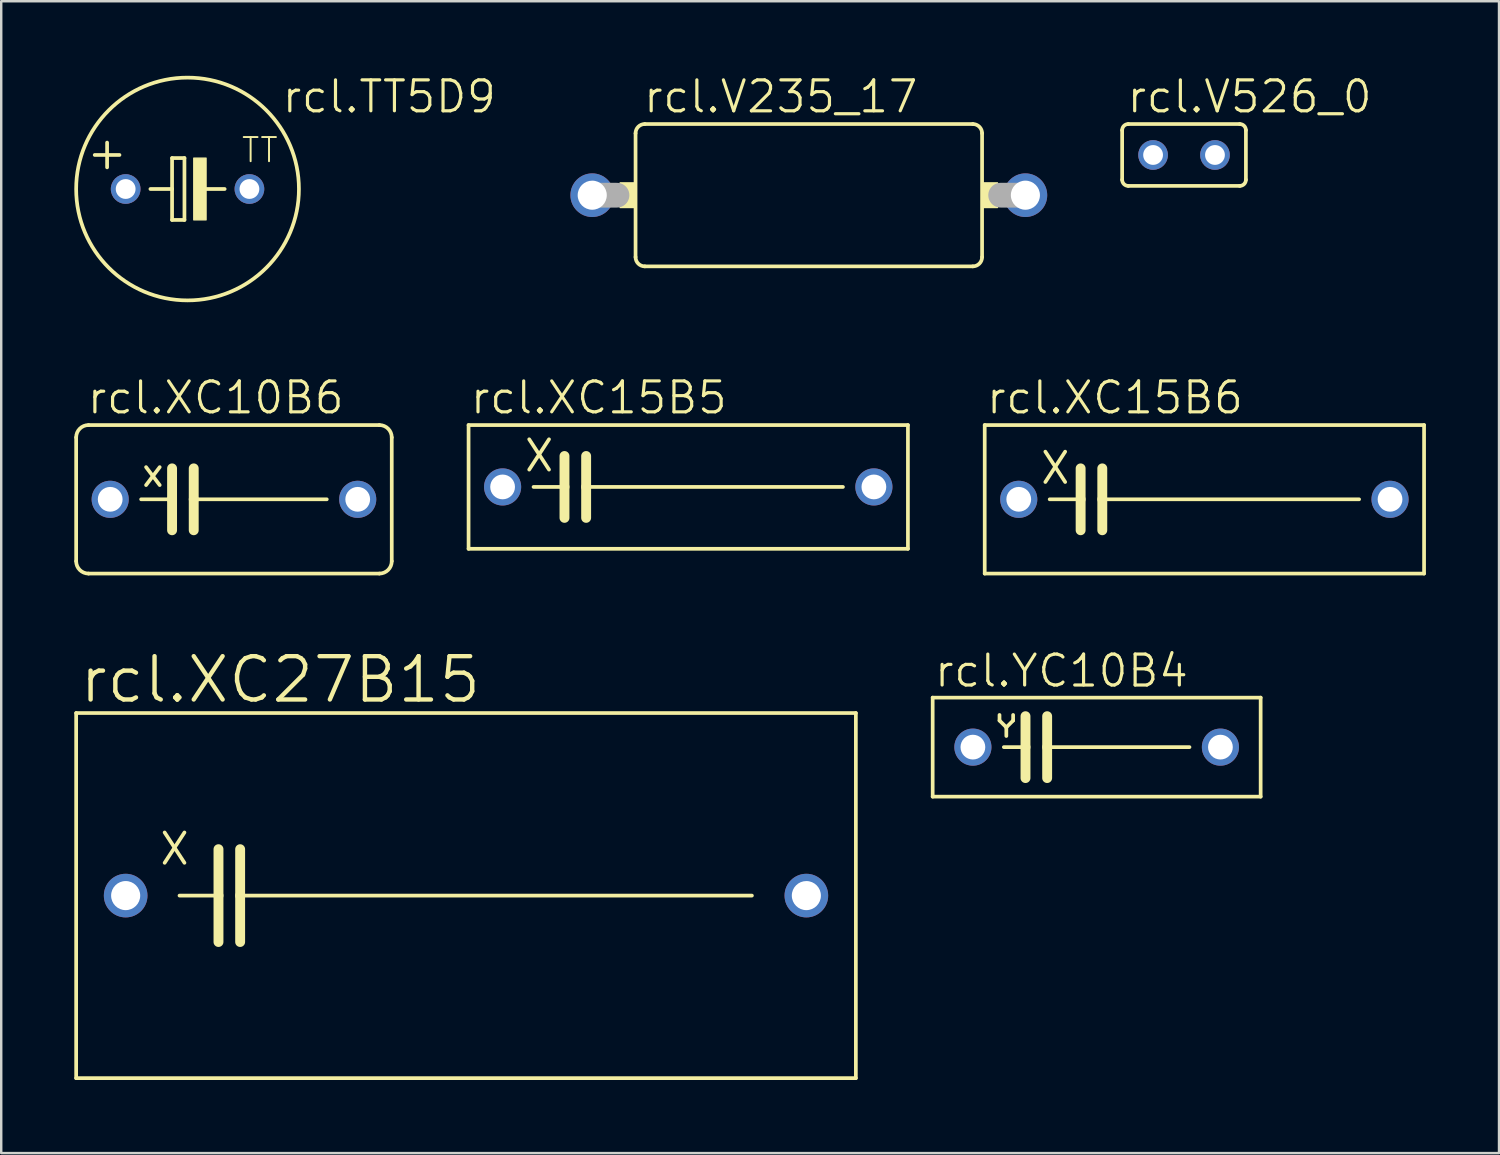
<source format=kicad_pcb>
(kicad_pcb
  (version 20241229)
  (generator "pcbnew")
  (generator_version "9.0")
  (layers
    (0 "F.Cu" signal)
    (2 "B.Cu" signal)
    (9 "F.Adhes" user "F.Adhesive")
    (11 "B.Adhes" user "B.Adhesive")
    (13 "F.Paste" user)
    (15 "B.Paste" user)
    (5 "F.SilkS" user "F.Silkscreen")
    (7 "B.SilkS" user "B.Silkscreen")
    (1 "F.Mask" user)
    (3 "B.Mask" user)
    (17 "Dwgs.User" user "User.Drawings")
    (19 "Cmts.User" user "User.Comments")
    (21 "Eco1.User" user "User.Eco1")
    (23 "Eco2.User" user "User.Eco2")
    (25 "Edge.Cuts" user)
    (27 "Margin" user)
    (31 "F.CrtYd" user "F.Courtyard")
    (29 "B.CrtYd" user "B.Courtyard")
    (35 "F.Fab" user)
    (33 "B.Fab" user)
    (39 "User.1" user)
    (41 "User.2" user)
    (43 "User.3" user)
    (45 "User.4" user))
  (footprint "rcl.XC15B6"
    (layer "F.Cu")
    (at 46.386 17.445)
    (property "Reference" "rcl.XC15B6" (at -9.017 -3.429 0) (layer "F.SilkS") (effects (font (size 1.27 1.27) (thickness 0.13)) (justify left bottom)))
    (attr through_hole)
    (fp_line (start -9.017 3.048) (end -9.017 -3.048) (stroke (width 0.152) (type default)) (layer "F.SilkS"))
    (fp_line (start -9.017 3.048) (end 9.017 3.048) (stroke (width 0.152) (type default)) (layer "F.SilkS"))
    (fp_line (start -6.528 -1.956) (end -5.715 -0.711) (stroke (width 0.152) (type default)) (layer "F.SilkS"))
    (fp_line (start -6.528 -0.711) (end -5.715 -1.956) (stroke (width 0.152) (type default)) (layer "F.SilkS"))
    (fp_line (start -6.35 0) (end -5.08 0) (stroke (width 0.152) (type default)) (layer "F.SilkS"))
    (fp_line (start -5.08 -1.27) (end -5.08 0) (stroke (width 0.406) (type default)) (layer "F.SilkS"))
    (fp_line (start -5.08 0) (end -5.08 1.27) (stroke (width 0.406) (type default)) (layer "F.SilkS"))
    (fp_line (start -4.191 -1.27) (end -4.191 0) (stroke (width 0.406) (type default)) (layer "F.SilkS"))
    (fp_line (start -4.191 0) (end -4.191 1.27) (stroke (width 0.406) (type default)) (layer "F.SilkS"))
    (fp_line (start 6.35 0) (end -4.191 0) (stroke (width 0.152) (type default)) (layer "F.SilkS"))
    (fp_line (start 9.017 -3.048) (end -9.017 -3.048) (stroke (width 0.152) (type default)) (layer "F.SilkS"))
    (fp_line (start 9.017 -3.048) (end 9.017 3.048) (stroke (width 0.152) (type default)) (layer "F.SilkS"))
    (pad "1" thru_hole circle (at -7.62 0) (size 1.524 1.524) (drill 1.016) (layers "*.Cu" "*.Mask"))
    (pad "2" thru_hole circle (at 7.62 0) (size 1.524 1.524) (drill 1.016) (layers "*.Cu" "*.Mask")))
  (footprint "rcl.YC10B4"
    (layer "F.Cu")
    (at 41.964 27.617)
    (property "Reference" "rcl.YC10B4" (at -6.731 -2.388 0) (layer "F.SilkS") (effects (font (size 1.27 1.27) (thickness 0.13)) (justify left bottom)))
    (attr through_hole)
    (fp_line (start -6.731 -2.032) (end -6.731 2.032) (stroke (width 0.152) (type default)) (layer "F.SilkS"))
    (fp_line (start -6.731 2.032) (end 6.731 2.032) (stroke (width 0.152) (type default)) (layer "F.SilkS"))
    (fp_line (start -3.988 -1.321) (end -3.988 -1.092) (stroke (width 0.152) (type default)) (layer "F.SilkS"))
    (fp_line (start -3.988 -1.092) (end -3.708 -0.813) (stroke (width 0.152) (type default)) (layer "F.SilkS"))
    (fp_line (start -3.81 0) (end -2.921 0) (stroke (width 0.152) (type default)) (layer "F.SilkS"))
    (fp_line (start -3.708 -0.813) (end -3.708 -0.457) (stroke (width 0.152) (type default)) (layer "F.SilkS"))
    (fp_line (start -3.708 -0.813) (end -3.429 -1.092) (stroke (width 0.152) (type default)) (layer "F.SilkS"))
    (fp_line (start -3.429 -1.092) (end -3.429 -1.321) (stroke (width 0.152) (type default)) (layer "F.SilkS"))
    (fp_line (start -2.921 -1.27) (end -2.921 0) (stroke (width 0.406) (type default)) (layer "F.SilkS"))
    (fp_line (start -2.921 0) (end -2.921 1.27) (stroke (width 0.406) (type default)) (layer "F.SilkS"))
    (fp_line (start -2.032 -1.27) (end -2.032 0) (stroke (width 0.406) (type default)) (layer "F.SilkS"))
    (fp_line (start -2.032 0) (end -2.032 1.27) (stroke (width 0.406) (type default)) (layer "F.SilkS"))
    (fp_line (start 3.81 0) (end -2.032 0) (stroke (width 0.152) (type default)) (layer "F.SilkS"))
    (fp_line (start 6.731 -2.032) (end -6.731 -2.032) (stroke (width 0.152) (type default)) (layer "F.SilkS"))
    (fp_line (start 6.731 2.032) (end 6.731 -2.032) (stroke (width 0.152) (type default)) (layer "F.SilkS"))
    (pad "1" thru_hole circle (at -5.08 0) (size 1.524 1.524) (drill 1.016) (layers "*.Cu" "*.Mask"))
    (pad "2" thru_hole circle (at 5.08 0) (size 1.524 1.524) (drill 1.016) (layers "*.Cu" "*.Mask")))
  (footprint "rcl.XC27B15"
    (layer "F.Cu")
    (at 16.078 33.711)
    (property "Reference" "rcl.XC27B15" (at -15.951 -7.823 0) (layer "F.SilkS") (effects (font (size 1.778 1.778) (thickness 0.18)) (justify left bottom)))
    (attr through_hole)
    (fp_line (start -16.002 7.493) (end -16.002 -7.493) (stroke (width 0.152) (type default)) (layer "F.SilkS"))
    (fp_line (start -16.002 7.493) (end 16.002 7.493) (stroke (width 0.152) (type default)) (layer "F.SilkS"))
    (fp_line (start -12.37 -2.591) (end -11.557 -1.346) (stroke (width 0.152) (type default)) (layer "F.SilkS"))
    (fp_line (start -12.37 -1.346) (end -11.557 -2.591) (stroke (width 0.152) (type default)) (layer "F.SilkS"))
    (fp_line (start -11.76 0) (end -10.16 0) (stroke (width 0.152) (type default)) (layer "F.SilkS"))
    (fp_line (start -10.16 -1.905) (end -10.16 0) (stroke (width 0.406) (type default)) (layer "F.SilkS"))
    (fp_line (start -10.16 0) (end -10.16 1.905) (stroke (width 0.406) (type default)) (layer "F.SilkS"))
    (fp_line (start -9.271 -1.905) (end -9.271 0) (stroke (width 0.406) (type default)) (layer "F.SilkS"))
    (fp_line (start -9.271 0) (end -9.271 1.905) (stroke (width 0.406) (type default)) (layer "F.SilkS"))
    (fp_line (start -9.271 0) (end 11.735 0) (stroke (width 0.152) (type default)) (layer "F.SilkS"))
    (fp_line (start 16.002 -7.493) (end -16.002 -7.493) (stroke (width 0.152) (type default)) (layer "F.SilkS"))
    (fp_line (start 16.002 -7.493) (end 16.002 7.493) (stroke (width 0.152) (type default)) (layer "F.SilkS"))
    (pad "1" thru_hole circle (at -13.97 0) (size 1.791 1.791) (drill 1.194) (layers "*.Cu" "*.Mask"))
    (pad "2" thru_hole circle (at 13.97 0) (size 1.791 1.791) (drill 1.194) (layers "*.Cu" "*.Mask")))
  (footprint "rcl.TT5D9"
    (layer "F.Cu")
    (at 4.648 4.708)
    (property "Reference" "rcl.TT5D9" (at 3.81 -3.048 0) (layer "F.SilkS") (effects (font (size 1.27 1.27) (thickness 0.13)) (justify left bottom)))
    (attr through_hole)
    (fp_line (start -3.302 -1.905) (end -3.302 -0.889) (stroke (width 0.152) (type default)) (layer "F.SilkS"))
    (fp_line (start -2.794 -1.397) (end -3.81 -1.397) (stroke (width 0.152) (type default)) (layer "F.SilkS"))
    (fp_line (start -1.524 0) (end -0.635 0) (stroke (width 0.152) (type default)) (layer "F.SilkS"))
    (fp_line (start -0.635 -1.27) (end -0.635 0) (stroke (width 0.152) (type default)) (layer "F.SilkS"))
    (fp_line (start -0.635 0) (end -0.635 1.27) (stroke (width 0.152) (type default)) (layer "F.SilkS"))
    (fp_line (start -0.635 1.27) (end -0.127 1.27) (stroke (width 0.152) (type default)) (layer "F.SilkS"))
    (fp_line (start -0.127 -1.27) (end -0.635 -1.27) (stroke (width 0.152) (type default)) (layer "F.SilkS"))
    (fp_line (start -0.127 1.27) (end -0.127 -1.27) (stroke (width 0.152) (type default)) (layer "F.SilkS"))
    (fp_line (start 0.635 0) (end 1.524 0) (stroke (width 0.152) (type default)) (layer "F.SilkS"))
    (fp_rect (start 0.254 1.27) (end 0.762 -1.27) (stroke (width 0.05) (type default)) (fill yes) (layer "F.SilkS"))
    (fp_circle (center 0 0) (end 4.572 0) (stroke (width 0.152) (type default)) (fill no) (layer "F.SilkS"))
    (fp_text user "TT" (at 2.159 -1.016 0) (layer "F.SilkS") (effects (font (size 0.991 0.991) (thickness 0.08)) (justify left bottom)))
    (pad "+" thru_hole circle (at -2.54 0) (size 1.219 1.219) (drill 0.813) (layers "*.Cu" "*.Mask"))
    (pad "-" thru_hole circle (at 2.54 0) (size 1.219 1.219) (drill 0.813) (layers "*.Cu" "*.Mask")))
  (footprint "rcl.V235_17"
    (layer "F.Cu")
    (at 30.149 4.962)
    (property "Reference" "rcl.V235_17" (at -6.858 -3.302 0) (layer "F.SilkS") (effects (font (size 1.27 1.27) (thickness 0.13)) (justify left bottom)))
    (attr through_hole)
    (fp_line (start -7.112 -2.54) (end -7.112 2.54) (stroke (width 0.152) (type default)) (layer "F.SilkS"))
    (fp_line (start -6.731 -2.921) (end 6.731 -2.921) (stroke (width 0.152) (type default)) (layer "F.SilkS"))
    (fp_line (start 6.731 2.921) (end -6.731 2.921) (stroke (width 0.152) (type default)) (layer "F.SilkS"))
    (fp_line (start 7.112 -2.54) (end 7.112 2.54) (stroke (width 0.152) (type default)) (layer "F.SilkS"))
    (fp_rect (start -7.747 0.508) (end -7.112 -0.508) (stroke (width 0.05) (type default)) (fill yes) (layer "F.SilkS"))
    (fp_rect (start 7.112 0.508) (end 7.747 -0.508) (stroke (width 0.05) (type default)) (fill yes) (layer "F.SilkS"))
    (fp_arc (start -7.112 -2.54) (mid -7.000408 -2.809408) (end -6.731 -2.921) (stroke (width 0.1524) (type default)) (layer "F.SilkS"))
    (fp_arc (start -6.731 2.921) (mid -7.000408 2.809408) (end -7.112 2.54) (stroke (width 0.1524) (type default)) (layer "F.SilkS"))
    (fp_arc (start 6.731 -2.921) (mid 7.000408 -2.809408) (end 7.112 -2.54) (stroke (width 0.1524) (type default)) (layer "F.SilkS"))
    (fp_arc (start 7.112 2.54) (mid 7.000408 2.809408) (end 6.731 2.921) (stroke (width 0.1524) (type default)) (layer "F.SilkS"))
    (fp_line (start -7.874 0) (end -8.89 0) (stroke (width 1.016) (type default)) (layer "F.Fab"))
    (fp_line (start 8.89 0) (end 7.874 0) (stroke (width 1.016) (type default)) (layer "F.Fab"))
    (pad "1" thru_hole circle (at -8.89 0) (size 1.791 1.791) (drill 1.194) (layers "*.Cu" "*.Mask"))
    (pad "2" thru_hole circle (at 8.89 0) (size 1.791 1.791) (drill 1.194) (layers "*.Cu" "*.Mask")))
  (footprint "rcl.XC10B6"
    (layer "F.Cu")
    (at 6.553 17.445)
    (property "Reference" "rcl.XC10B6" (at -6.096 -3.429 0) (layer "F.SilkS") (effects (font (size 1.27 1.27) (thickness 0.13)) (justify left bottom)))
    (attr through_hole)
    (fp_line (start -6.477 2.54) (end -6.477 -2.54) (stroke (width 0.152) (type default)) (layer "F.SilkS"))
    (fp_line (start -5.969 3.048) (end 5.969 3.048) (stroke (width 0.152) (type default)) (layer "F.SilkS"))
    (fp_line (start -3.81 0) (end -2.54 0) (stroke (width 0.152) (type default)) (layer "F.SilkS"))
    (fp_line (start -3.607 -1.321) (end -3.048 -0.584) (stroke (width 0.152) (type default)) (layer "F.SilkS"))
    (fp_line (start -3.607 -0.584) (end -3.048 -1.321) (stroke (width 0.152) (type default)) (layer "F.SilkS"))
    (fp_line (start -2.54 -1.27) (end -2.54 0) (stroke (width 0.406) (type default)) (layer "F.SilkS"))
    (fp_line (start -2.54 0) (end -2.54 1.27) (stroke (width 0.406) (type default)) (layer "F.SilkS"))
    (fp_line (start -1.651 -1.27) (end -1.651 0) (stroke (width 0.406) (type default)) (layer "F.SilkS"))
    (fp_line (start -1.651 0) (end -1.651 1.27) (stroke (width 0.406) (type default)) (layer "F.SilkS"))
    (fp_line (start 3.81 0) (end -1.651 0) (stroke (width 0.152) (type default)) (layer "F.SilkS"))
    (fp_line (start 5.969 -3.048) (end -5.969 -3.048) (stroke (width 0.152) (type default)) (layer "F.SilkS"))
    (fp_line (start 6.477 -2.54) (end 6.477 2.54) (stroke (width 0.152) (type default)) (layer "F.SilkS"))
    (fp_arc (start -6.477 -2.54) (mid -6.32821 -2.89921) (end -5.969 -3.048) (stroke (width 0.1524) (type default)) (layer "F.SilkS"))
    (fp_arc (start -5.969 3.048) (mid -6.32821 2.89921) (end -6.477 2.54) (stroke (width 0.1524) (type default)) (layer "F.SilkS"))
    (fp_arc (start 5.969 -3.048) (mid 6.32821 -2.89921) (end 6.477 -2.54) (stroke (width 0.1524) (type default)) (layer "F.SilkS"))
    (fp_arc (start 6.477 2.54) (mid 6.32821 2.89921) (end 5.969 3.048) (stroke (width 0.1524) (type default)) (layer "F.SilkS"))
    (pad "1" thru_hole circle (at -5.08 0) (size 1.524 1.524) (drill 1.016) (layers "*.Cu" "*.Mask"))
    (pad "2" thru_hole circle (at 5.08 0) (size 1.524 1.524) (drill 1.016) (layers "*.Cu" "*.Mask")))
  (footprint "rcl.XC15B5"
    (layer "F.Cu")
    (at 25.2 16.937)
    (property "Reference" "rcl.XC15B5" (at -9.017 -2.921 0) (layer "F.SilkS") (effects (font (size 1.27 1.27) (thickness 0.13)) (justify left bottom)))
    (attr through_hole)
    (fp_line (start -9.017 2.54) (end -9.017 -2.54) (stroke (width 0.152) (type default)) (layer "F.SilkS"))
    (fp_line (start -9.017 2.54) (end 9.017 2.54) (stroke (width 0.152) (type default)) (layer "F.SilkS"))
    (fp_line (start -6.528 -1.956) (end -5.715 -0.711) (stroke (width 0.152) (type default)) (layer "F.SilkS"))
    (fp_line (start -6.528 -0.711) (end -5.715 -1.956) (stroke (width 0.152) (type default)) (layer "F.SilkS"))
    (fp_line (start -6.35 0) (end -5.08 0) (stroke (width 0.152) (type default)) (layer "F.SilkS"))
    (fp_line (start -5.08 -1.27) (end -5.08 0) (stroke (width 0.406) (type default)) (layer "F.SilkS"))
    (fp_line (start -5.08 0) (end -5.08 1.27) (stroke (width 0.406) (type default)) (layer "F.SilkS"))
    (fp_line (start -4.191 -1.27) (end -4.191 0) (stroke (width 0.406) (type default)) (layer "F.SilkS"))
    (fp_line (start -4.191 0) (end -4.191 1.27) (stroke (width 0.406) (type default)) (layer "F.SilkS"))
    (fp_line (start 6.35 0) (end -4.191 0) (stroke (width 0.152) (type default)) (layer "F.SilkS"))
    (fp_line (start 9.017 -2.54) (end -9.017 -2.54) (stroke (width 0.152) (type default)) (layer "F.SilkS"))
    (fp_line (start 9.017 -2.54) (end 9.017 2.54) (stroke (width 0.152) (type default)) (layer "F.SilkS"))
    (pad "1" thru_hole circle (at -7.62 0) (size 1.524 1.524) (drill 1.016) (layers "*.Cu" "*.Mask"))
    (pad "2" thru_hole circle (at 7.62 0) (size 1.524 1.524) (drill 1.016) (layers "*.Cu" "*.Mask")))
  (footprint "rcl.V526_0"
    (layer "F.Cu")
    (at 45.55 3.311)
    (property "Reference" "rcl.V526_0" (at -2.413 -1.651 0) (layer "F.SilkS") (effects (font (size 1.27 1.27) (thickness 0.13)) (justify left bottom)))
    (attr through_hole)
    (fp_line (start -2.54 -1.016) (end -2.54 1.016) (stroke (width 0.152) (type default)) (layer "F.SilkS"))
    (fp_line (start -2.286 1.27) (end 2.286 1.27) (stroke (width 0.152) (type default)) (layer "F.SilkS"))
    (fp_line (start 2.286 -1.27) (end -2.286 -1.27) (stroke (width 0.152) (type default)) (layer "F.SilkS"))
    (fp_line (start 2.54 1.016) (end 2.54 -1.016) (stroke (width 0.152) (type default)) (layer "F.SilkS"))
    (fp_arc (start -2.54 -1.016) (mid -2.465605 -1.195605) (end -2.286 -1.27) (stroke (width 0.1524) (type default)) (layer "F.SilkS"))
    (fp_arc (start -2.286 1.27) (mid -2.465605 1.195605) (end -2.54 1.016) (stroke (width 0.1524) (type default)) (layer "F.SilkS"))
    (fp_arc (start 2.286 -1.27) (mid 2.465605 -1.195605) (end 2.54 -1.016) (stroke (width 0.1524) (type default)) (layer "F.SilkS"))
    (fp_arc (start 2.54 1.016) (mid 2.465605 1.195605) (end 2.286 1.27) (stroke (width 0.1524) (type default)) (layer "F.SilkS"))
    (pad "1" thru_hole circle (at -1.27 0) (size 1.219 1.219) (drill 0.813) (layers "*.Cu" "*.Mask"))
    (pad "2" thru_hole circle (at 1.27 0) (size 1.219 1.219) (drill 0.813) (layers "*.Cu" "*.Mask")))
  (gr_rect
    (start -3 -3)
    (end 58.479 44.28)
    (stroke (width 0.1) (type default))
    (fill no)
    (layer "Edge.Cuts")))
</source>
